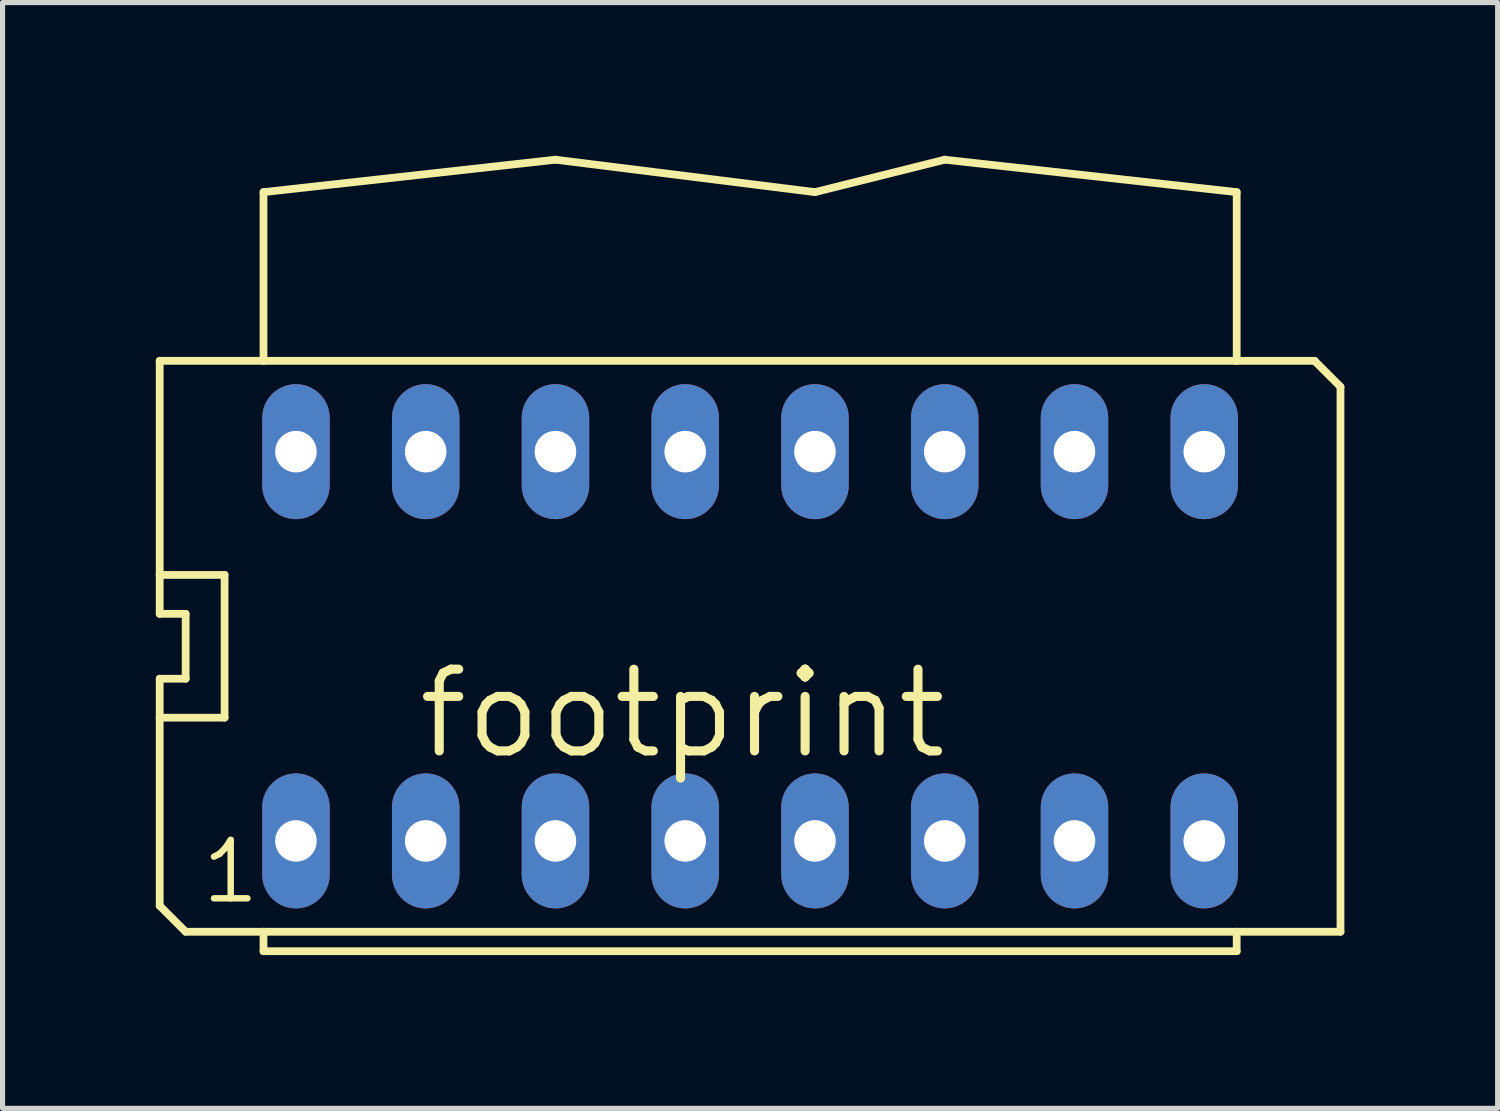
<source format=kicad_pcb>
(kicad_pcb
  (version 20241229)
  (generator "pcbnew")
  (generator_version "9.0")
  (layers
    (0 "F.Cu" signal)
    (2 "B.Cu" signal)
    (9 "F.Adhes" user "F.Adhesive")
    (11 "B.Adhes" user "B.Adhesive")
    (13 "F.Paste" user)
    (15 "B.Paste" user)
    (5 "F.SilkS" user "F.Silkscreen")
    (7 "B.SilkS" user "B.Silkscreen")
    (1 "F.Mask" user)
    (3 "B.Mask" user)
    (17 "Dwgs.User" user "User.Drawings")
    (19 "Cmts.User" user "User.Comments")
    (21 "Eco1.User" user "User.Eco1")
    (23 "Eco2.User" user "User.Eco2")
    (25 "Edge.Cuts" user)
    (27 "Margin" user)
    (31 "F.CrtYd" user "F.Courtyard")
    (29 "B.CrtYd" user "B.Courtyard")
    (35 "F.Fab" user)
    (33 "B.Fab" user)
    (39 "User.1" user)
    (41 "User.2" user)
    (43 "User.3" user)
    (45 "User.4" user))
  (footprint "footprint"
    (layer "F.Cu")
    (at 11.633 9.601)
    (property "Reference" "footprint" (at 3.937 0.381 0) (layer "F.SilkS") (effects (font (size 1.6 1.6) (thickness 0.178)) (justify right top)))
    (fp_line (start -11.557 -1.397) (end -11.557 -5.588) (stroke (width 0.152) (type solid)) (layer "F.SilkS"))
    (fp_line (start -11.557 -0.635) (end -11.557 -1.397) (stroke (width 0.152) (type solid)) (layer "F.SilkS"))
    (fp_line (start -11.557 0.635) (end -11.049 0.635) (stroke (width 0.152) (type solid)) (layer "F.SilkS"))
    (fp_line (start -11.557 1.397) (end -11.557 0.635) (stroke (width 0.152) (type solid)) (layer "F.SilkS"))
    (fp_line (start -11.557 1.397) (end -10.287 1.397) (stroke (width 0.152) (type solid)) (layer "F.SilkS"))
    (fp_line (start -11.557 5.08) (end -11.557 1.397) (stroke (width 0.152) (type solid)) (layer "F.SilkS"))
    (fp_line (start -11.049 -0.635) (end -11.557 -0.635) (stroke (width 0.152) (type solid)) (layer "F.SilkS"))
    (fp_line (start -11.049 -0.635) (end -11.049 0.635) (stroke (width 0.152) (type solid)) (layer "F.SilkS"))
    (fp_line (start -11.049 5.588) (end -11.557 5.08) (stroke (width 0.152) (type solid)) (layer "F.SilkS"))
    (fp_line (start -11.049 5.588) (end -9.525 5.588) (stroke (width 0.152) (type solid)) (layer "F.SilkS"))
    (fp_line (start -10.287 -1.397) (end -11.557 -1.397) (stroke (width 0.152) (type solid)) (layer "F.SilkS"))
    (fp_line (start -10.287 -1.397) (end -10.287 1.397) (stroke (width 0.152) (type solid)) (layer "F.SilkS"))
    (fp_line (start -9.525 -8.89) (end -9.525 -5.588) (stroke (width 0.152) (type solid)) (layer "F.SilkS"))
    (fp_line (start -9.525 -8.89) (end -3.81 -9.525) (stroke (width 0.152) (type solid)) (layer "F.SilkS"))
    (fp_line (start -9.525 -5.588) (end -11.557 -5.588) (stroke (width 0.152) (type solid)) (layer "F.SilkS"))
    (fp_line (start -9.525 5.588) (end 9.525 5.588) (stroke (width 0.152) (type solid)) (layer "F.SilkS"))
    (fp_line (start -9.525 5.969) (end -9.525 5.588) (stroke (width 0.152) (type solid)) (layer "F.SilkS"))
    (fp_line (start -9.525 5.969) (end 9.525 5.969) (stroke (width 0.152) (type solid)) (layer "F.SilkS"))
    (fp_line (start -3.81 -9.525) (end 1.27 -8.89) (stroke (width 0.152) (type solid)) (layer "F.SilkS"))
    (fp_line (start 1.27 -8.89) (end 3.81 -9.525) (stroke (width 0.152) (type solid)) (layer "F.SilkS"))
    (fp_line (start 3.81 -9.525) (end 9.525 -8.89) (stroke (width 0.152) (type solid)) (layer "F.SilkS"))
    (fp_line (start 9.525 -5.588) (end -9.525 -5.588) (stroke (width 0.152) (type solid)) (layer "F.SilkS"))
    (fp_line (start 9.525 -5.588) (end 9.525 -8.89) (stroke (width 0.152) (type solid)) (layer "F.SilkS"))
    (fp_line (start 9.525 5.588) (end 9.525 5.969) (stroke (width 0.152) (type solid)) (layer "F.SilkS"))
    (fp_line (start 9.525 5.588) (end 11.557 5.588) (stroke (width 0.152) (type solid)) (layer "F.SilkS"))
    (fp_line (start 11.049 -5.588) (end 9.525 -5.588) (stroke (width 0.152) (type solid)) (layer "F.SilkS"))
    (fp_line (start 11.557 -5.08) (end 11.049 -5.588) (stroke (width 0.152) (type solid)) (layer "F.SilkS"))
    (fp_line (start 11.557 5.588) (end 11.557 -5.08) (stroke (width 0.152) (type solid)) (layer "F.SilkS"))
    (fp_text user "1" (at -10.795 5.08 0) (layer "F.SilkS") (effects (font (size 1.143 1.143) (thickness 0.127)) (justify left bottom)))
    (pad "1" thru_hole oval (at -8.89 3.81 90) (size 2.642 1.321) (drill 0.813) (layers "*.Cu" "*.Mask"))
    (pad "2" thru_hole oval (at -6.35 3.81 90) (size 2.642 1.321) (drill 0.813) (layers "*.Cu" "*.Mask"))
    (pad "3" thru_hole oval (at -3.81 3.81 90) (size 2.642 1.321) (drill 0.813) (layers "*.Cu" "*.Mask"))
    (pad "4" thru_hole oval (at -1.27 3.81 90) (size 2.642 1.321) (drill 0.813) (layers "*.Cu" "*.Mask"))
    (pad "5" thru_hole oval (at 1.27 3.81 90) (size 2.642 1.321) (drill 0.813) (layers "*.Cu" "*.Mask"))
    (pad "6" thru_hole oval (at 3.81 3.81 90) (size 2.642 1.321) (drill 0.813) (layers "*.Cu" "*.Mask"))
    (pad "7" thru_hole oval (at 6.35 3.81 90) (size 2.642 1.321) (drill 0.813) (layers "*.Cu" "*.Mask"))
    (pad "8" thru_hole oval (at 8.89 3.81 90) (size 2.642 1.321) (drill 0.813) (layers "*.Cu" "*.Mask"))
    (pad "9" thru_hole oval (at 8.89 -3.81 90) (size 2.642 1.321) (drill 0.813) (layers "*.Cu" "*.Mask"))
    (pad "10" thru_hole oval (at 6.35 -3.81 90) (size 2.642 1.321) (drill 0.813) (layers "*.Cu" "*.Mask"))
    (pad "11" thru_hole oval (at 3.81 -3.81 90) (size 2.642 1.321) (drill 0.813) (layers "*.Cu" "*.Mask"))
    (pad "12" thru_hole oval (at 1.27 -3.81 90) (size 2.642 1.321) (drill 0.813) (layers "*.Cu" "*.Mask"))
    (pad "13" thru_hole oval (at -1.27 -3.81 90) (size 2.642 1.321) (drill 0.813) (layers "*.Cu" "*.Mask"))
    (pad "14" thru_hole oval (at -3.81 -3.81 90) (size 2.642 1.321) (drill 0.813) (layers "*.Cu" "*.Mask"))
    (pad "15" thru_hole oval (at -6.35 -3.81 90) (size 2.642 1.321) (drill 0.813) (layers "*.Cu" "*.Mask"))
    (pad "16" thru_hole oval (at -8.89 -3.81 90) (size 2.642 1.321) (drill 0.813) (layers "*.Cu" "*.Mask")))
  (gr_rect
    (start -3 -3)
    (end 26.266 18.646)
    (stroke (width 0.1) (type default))
    (fill no)
    (layer "Edge.Cuts")))
</source>
